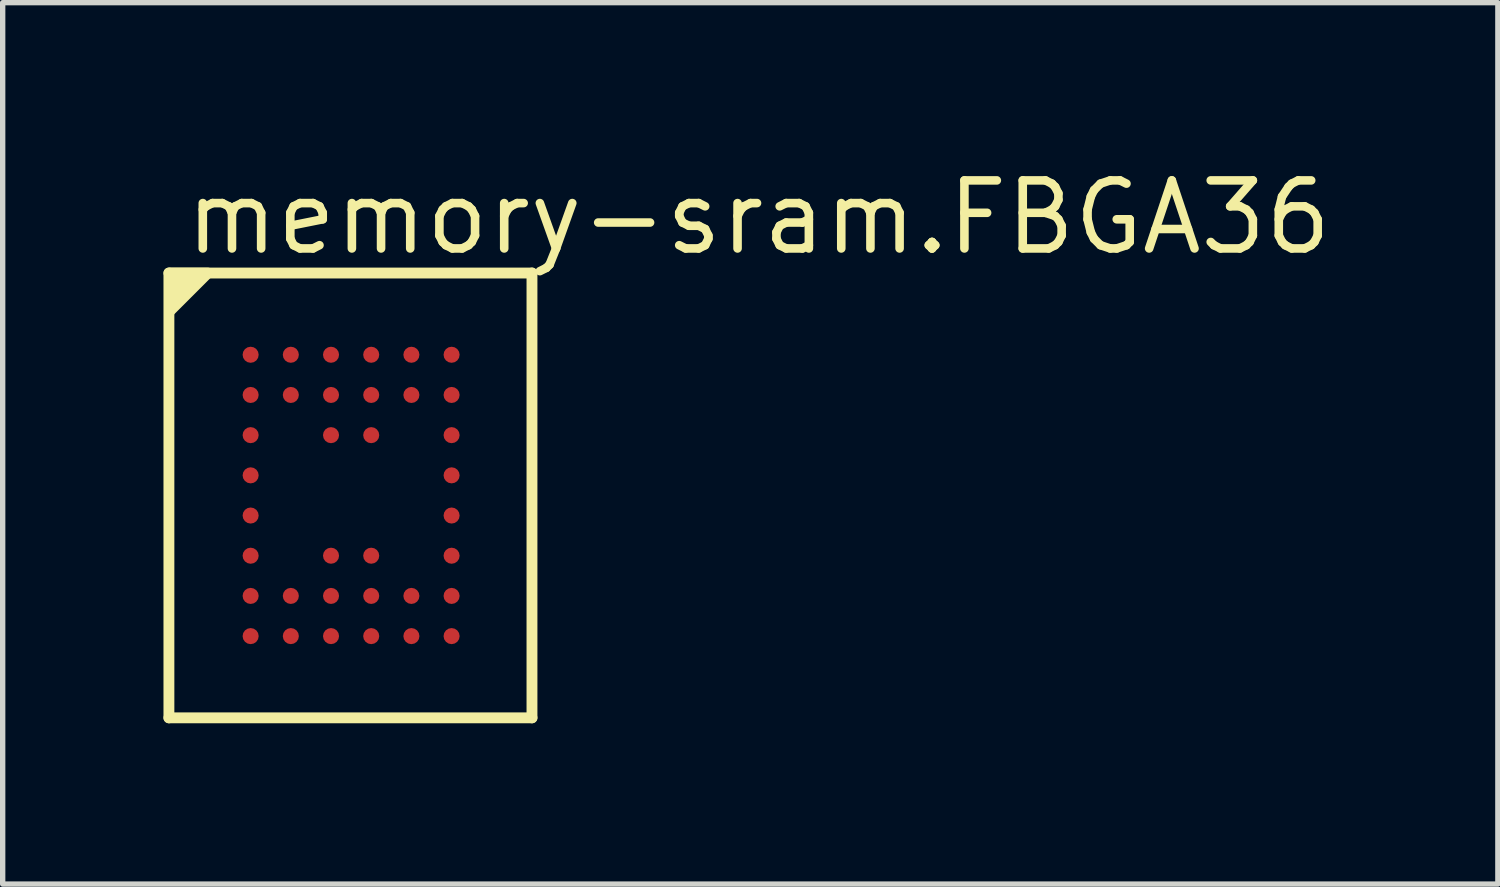
<source format=kicad_pcb>
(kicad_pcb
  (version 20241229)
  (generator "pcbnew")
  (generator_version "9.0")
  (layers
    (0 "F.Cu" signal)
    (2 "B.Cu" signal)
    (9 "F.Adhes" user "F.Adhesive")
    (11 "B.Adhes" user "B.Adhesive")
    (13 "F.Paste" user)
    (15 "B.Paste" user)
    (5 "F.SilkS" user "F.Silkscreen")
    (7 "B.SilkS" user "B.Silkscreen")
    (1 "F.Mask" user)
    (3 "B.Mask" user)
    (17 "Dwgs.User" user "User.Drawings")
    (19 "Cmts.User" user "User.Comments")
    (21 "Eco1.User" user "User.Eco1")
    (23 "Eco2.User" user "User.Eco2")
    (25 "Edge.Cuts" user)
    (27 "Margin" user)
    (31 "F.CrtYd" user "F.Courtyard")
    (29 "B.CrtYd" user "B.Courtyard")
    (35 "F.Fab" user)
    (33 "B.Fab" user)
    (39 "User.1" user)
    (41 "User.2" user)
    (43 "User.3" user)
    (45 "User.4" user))
  (footprint "memory-sram.FBGA36"
    (layer "F.Cu")
    (at 3.502 6.195)
    (property "Reference" "memory-sram.FBGA36" (at -3.175 -4.445 0) (layer "F.SilkS") (effects (font (size 1.27 1.27) (thickness 0.16)) (justify left bottom)))
    (attr smd)
    (fp_circle (center -1.875 -2.625) (end -1.725 -2.625) (stroke (width 0.1) (type default)) (fill no) (layer "F.Mask"))
    (fp_circle (center -1.875 -1.875) (end -1.725 -1.875) (stroke (width 0.1) (type default)) (fill no) (layer "F.Mask"))
    (fp_circle (center -1.875 -1.125) (end -1.725 -1.125) (stroke (width 0.1) (type default)) (fill no) (layer "F.Mask"))
    (fp_circle (center -1.875 -0.375) (end -1.725 -0.375) (stroke (width 0.1) (type default)) (fill no) (layer "F.Mask"))
    (fp_circle (center -1.875 0.375) (end -1.725 0.375) (stroke (width 0.1) (type default)) (fill no) (layer "F.Mask"))
    (fp_circle (center -1.875 1.125) (end -1.725 1.125) (stroke (width 0.1) (type default)) (fill no) (layer "F.Mask"))
    (fp_circle (center -1.875 1.875) (end -1.725 1.875) (stroke (width 0.1) (type default)) (fill no) (layer "F.Mask"))
    (fp_circle (center -1.875 2.625) (end -1.725 2.625) (stroke (width 0.1) (type default)) (fill no) (layer "F.Mask"))
    (fp_circle (center -1.125 -2.625) (end -0.975 -2.625) (stroke (width 0.1) (type default)) (fill no) (layer "F.Mask"))
    (fp_circle (center -1.125 -1.875) (end -0.975 -1.875) (stroke (width 0.1) (type default)) (fill no) (layer "F.Mask"))
    (fp_circle (center -1.125 1.875) (end -0.975 1.875) (stroke (width 0.1) (type default)) (fill no) (layer "F.Mask"))
    (fp_circle (center -1.125 2.625) (end -0.975 2.625) (stroke (width 0.1) (type default)) (fill no) (layer "F.Mask"))
    (fp_circle (center -0.375 -2.625) (end -0.225 -2.625) (stroke (width 0.1) (type default)) (fill no) (layer "F.Mask"))
    (fp_circle (center -0.375 -1.875) (end -0.225 -1.875) (stroke (width 0.1) (type default)) (fill no) (layer "F.Mask"))
    (fp_circle (center -0.375 -1.125) (end -0.225 -1.125) (stroke (width 0.1) (type default)) (fill no) (layer "F.Mask"))
    (fp_circle (center -0.375 1.125) (end -0.225 1.125) (stroke (width 0.1) (type default)) (fill no) (layer "F.Mask"))
    (fp_circle (center -0.375 1.875) (end -0.225 1.875) (stroke (width 0.1) (type default)) (fill no) (layer "F.Mask"))
    (fp_circle (center -0.375 2.625) (end -0.225 2.625) (stroke (width 0.1) (type default)) (fill no) (layer "F.Mask"))
    (fp_circle (center 0.375 -2.625) (end 0.525 -2.625) (stroke (width 0.1) (type default)) (fill no) (layer "F.Mask"))
    (fp_circle (center 0.375 -1.875) (end 0.525 -1.875) (stroke (width 0.1) (type default)) (fill no) (layer "F.Mask"))
    (fp_circle (center 0.375 -1.125) (end 0.525 -1.125) (stroke (width 0.1) (type default)) (fill no) (layer "F.Mask"))
    (fp_circle (center 0.375 1.125) (end 0.525 1.125) (stroke (width 0.1) (type default)) (fill no) (layer "F.Mask"))
    (fp_circle (center 0.375 1.875) (end 0.525 1.875) (stroke (width 0.1) (type default)) (fill no) (layer "F.Mask"))
    (fp_circle (center 0.375 2.625) (end 0.525 2.625) (stroke (width 0.1) (type default)) (fill no) (layer "F.Mask"))
    (fp_circle (center 1.125 -2.625) (end 1.275 -2.625) (stroke (width 0.1) (type default)) (fill no) (layer "F.Mask"))
    (fp_circle (center 1.125 -1.875) (end 1.275 -1.875) (stroke (width 0.1) (type default)) (fill no) (layer "F.Mask"))
    (fp_circle (center 1.125 1.875) (end 1.275 1.875) (stroke (width 0.1) (type default)) (fill no) (layer "F.Mask"))
    (fp_circle (center 1.125 2.625) (end 1.275 2.625) (stroke (width 0.1) (type default)) (fill no) (layer "F.Mask"))
    (fp_circle (center 1.875 -2.625) (end 2.025 -2.625) (stroke (width 0.1) (type default)) (fill no) (layer "F.Mask"))
    (fp_circle (center 1.875 -1.875) (end 2.025 -1.875) (stroke (width 0.1) (type default)) (fill no) (layer "F.Mask"))
    (fp_circle (center 1.875 -1.125) (end 2.025 -1.125) (stroke (width 0.1) (type default)) (fill no) (layer "F.Mask"))
    (fp_circle (center 1.875 -0.375) (end 2.025 -0.375) (stroke (width 0.1) (type default)) (fill no) (layer "F.Mask"))
    (fp_circle (center 1.875 0.375) (end 2.025 0.375) (stroke (width 0.1) (type default)) (fill no) (layer "F.Mask"))
    (fp_circle (center 1.875 1.125) (end 2.025 1.125) (stroke (width 0.1) (type default)) (fill no) (layer "F.Mask"))
    (fp_circle (center 1.875 1.875) (end 2.025 1.875) (stroke (width 0.1) (type default)) (fill no) (layer "F.Mask"))
    (fp_circle (center 1.875 2.625) (end 2.025 2.625) (stroke (width 0.1) (type default)) (fill no) (layer "F.Mask"))
    (fp_line (start -3.4 -4.15) (end 3.375 -4.15) (stroke (width 0.203) (type default)) (layer "F.SilkS"))
    (fp_line (start -3.4 4.15) (end -3.4 -4.15) (stroke (width 0.203) (type default)) (layer "F.SilkS"))
    (fp_line (start 3.375 -4.15) (end 3.375 4.15) (stroke (width 0.203) (type default)) (layer "F.SilkS"))
    (fp_line (start 3.375 4.15) (end -3.4 4.15) (stroke (width 0.203) (type default)) (layer "F.SilkS"))
    (fp_poly (pts (xy -3.375 -4.15) (xy -2.675 -4.15) (xy -3.375 -3.45)) (stroke (width 0.203) (type default)) (fill yes) (layer "F.SilkS"))
    (pad "A1" smd roundrect (at -1.875 -2.625) (size 0.3 0.3) (layers "F.Cu" "F.Mask" "F.Paste") (roundrect_rratio 0.5))
    (pad "A2" smd roundrect (at -1.125 -2.625) (size 0.3 0.3) (layers "F.Cu" "F.Mask" "F.Paste") (roundrect_rratio 0.5))
    (pad "A3" smd roundrect (at -0.375 -2.625) (size 0.3 0.3) (layers "F.Cu" "F.Mask" "F.Paste") (roundrect_rratio 0.5))
    (pad "A4" smd roundrect (at 0.375 -2.625) (size 0.3 0.3) (layers "F.Cu" "F.Mask" "F.Paste") (roundrect_rratio 0.5))
    (pad "A5" smd roundrect (at 1.125 -2.625) (size 0.3 0.3) (layers "F.Cu" "F.Mask" "F.Paste") (roundrect_rratio 0.5))
    (pad "A6" smd roundrect (at 1.875 -2.625) (size 0.3 0.3) (layers "F.Cu" "F.Mask" "F.Paste") (roundrect_rratio 0.5))
    (pad "B1" smd roundrect (at -1.875 -1.875) (size 0.3 0.3) (layers "F.Cu" "F.Mask" "F.Paste") (roundrect_rratio 0.5))
    (pad "B2" smd roundrect (at -1.125 -1.875) (size 0.3 0.3) (layers "F.Cu" "F.Mask" "F.Paste") (roundrect_rratio 0.5))
    (pad "B3" smd roundrect (at -0.375 -1.875) (size 0.3 0.3) (layers "F.Cu" "F.Mask" "F.Paste") (roundrect_rratio 0.5))
    (pad "B4" smd roundrect (at 0.375 -1.875) (size 0.3 0.3) (layers "F.Cu" "F.Mask" "F.Paste") (roundrect_rratio 0.5))
    (pad "B5" smd roundrect (at 1.125 -1.875) (size 0.3 0.3) (layers "F.Cu" "F.Mask" "F.Paste") (roundrect_rratio 0.5))
    (pad "B6" smd roundrect (at 1.875 -1.875) (size 0.3 0.3) (layers "F.Cu" "F.Mask" "F.Paste") (roundrect_rratio 0.5))
    (pad "C1" smd roundrect (at -1.875 -1.125) (size 0.3 0.3) (layers "F.Cu" "F.Mask" "F.Paste") (roundrect_rratio 0.5))
    (pad "C3" smd roundrect (at -0.375 -1.125) (size 0.3 0.3) (layers "F.Cu" "F.Mask" "F.Paste") (roundrect_rratio 0.5))
    (pad "C4" smd roundrect (at 0.375 -1.125) (size 0.3 0.3) (layers "F.Cu" "F.Mask" "F.Paste") (roundrect_rratio 0.5))
    (pad "C6" smd roundrect (at 1.875 -1.125) (size 0.3 0.3) (layers "F.Cu" "F.Mask" "F.Paste") (roundrect_rratio 0.5))
    (pad "D1" smd roundrect (at -1.875 -0.375) (size 0.3 0.3) (layers "F.Cu" "F.Mask" "F.Paste") (roundrect_rratio 0.5))
    (pad "D6" smd roundrect (at 1.875 -0.375) (size 0.3 0.3) (layers "F.Cu" "F.Mask" "F.Paste") (roundrect_rratio 0.5))
    (pad "E1" smd roundrect (at -1.875 0.375) (size 0.3 0.3) (layers "F.Cu" "F.Mask" "F.Paste") (roundrect_rratio 0.5))
    (pad "E6" smd roundrect (at 1.875 0.375) (size 0.3 0.3) (layers "F.Cu" "F.Mask" "F.Paste") (roundrect_rratio 0.5))
    (pad "F1" smd roundrect (at -1.875 1.125) (size 0.3 0.3) (layers "F.Cu" "F.Mask" "F.Paste") (roundrect_rratio 0.5))
    (pad "F3" smd roundrect (at -0.375 1.125) (size 0.3 0.3) (layers "F.Cu" "F.Mask" "F.Paste") (roundrect_rratio 0.5))
    (pad "F4" smd roundrect (at 0.375 1.125) (size 0.3 0.3) (layers "F.Cu" "F.Mask" "F.Paste") (roundrect_rratio 0.5))
    (pad "F6" smd roundrect (at 1.875 1.125) (size 0.3 0.3) (layers "F.Cu" "F.Mask" "F.Paste") (roundrect_rratio 0.5))
    (pad "G1" smd roundrect (at -1.875 1.875) (size 0.3 0.3) (layers "F.Cu" "F.Mask" "F.Paste") (roundrect_rratio 0.5))
    (pad "G2" smd roundrect (at -1.125 1.875) (size 0.3 0.3) (layers "F.Cu" "F.Mask" "F.Paste") (roundrect_rratio 0.5))
    (pad "G3" smd roundrect (at -0.375 1.875) (size 0.3 0.3) (layers "F.Cu" "F.Mask" "F.Paste") (roundrect_rratio 0.5))
    (pad "G4" smd roundrect (at 0.375 1.875) (size 0.3 0.3) (layers "F.Cu" "F.Mask" "F.Paste") (roundrect_rratio 0.5))
    (pad "G5" smd roundrect (at 1.125 1.875) (size 0.3 0.3) (layers "F.Cu" "F.Mask" "F.Paste") (roundrect_rratio 0.5))
    (pad "G6" smd roundrect (at 1.875 1.875) (size 0.3 0.3) (layers "F.Cu" "F.Mask" "F.Paste") (roundrect_rratio 0.5))
    (pad "H1" smd roundrect (at -1.875 2.625) (size 0.3 0.3) (layers "F.Cu" "F.Mask" "F.Paste") (roundrect_rratio 0.5))
    (pad "H2" smd roundrect (at -1.125 2.625) (size 0.3 0.3) (layers "F.Cu" "F.Mask" "F.Paste") (roundrect_rratio 0.5))
    (pad "H3" smd roundrect (at -0.375 2.625) (size 0.3 0.3) (layers "F.Cu" "F.Mask" "F.Paste") (roundrect_rratio 0.5))
    (pad "H4" smd roundrect (at 0.375 2.625) (size 0.3 0.3) (layers "F.Cu" "F.Mask" "F.Paste") (roundrect_rratio 0.5))
    (pad "H5" smd roundrect (at 1.125 2.625) (size 0.3 0.3) (layers "F.Cu" "F.Mask" "F.Paste") (roundrect_rratio 0.5))
    (pad "H6" smd roundrect (at 1.875 2.625) (size 0.3 0.3) (layers "F.Cu" "F.Mask" "F.Paste") (roundrect_rratio 0.5)))
  (gr_rect
    (start -3 -3)
    (end 24.901 13.447)
    (stroke (width 0.1) (type default))
    (fill no)
    (layer "Edge.Cuts")))
</source>
